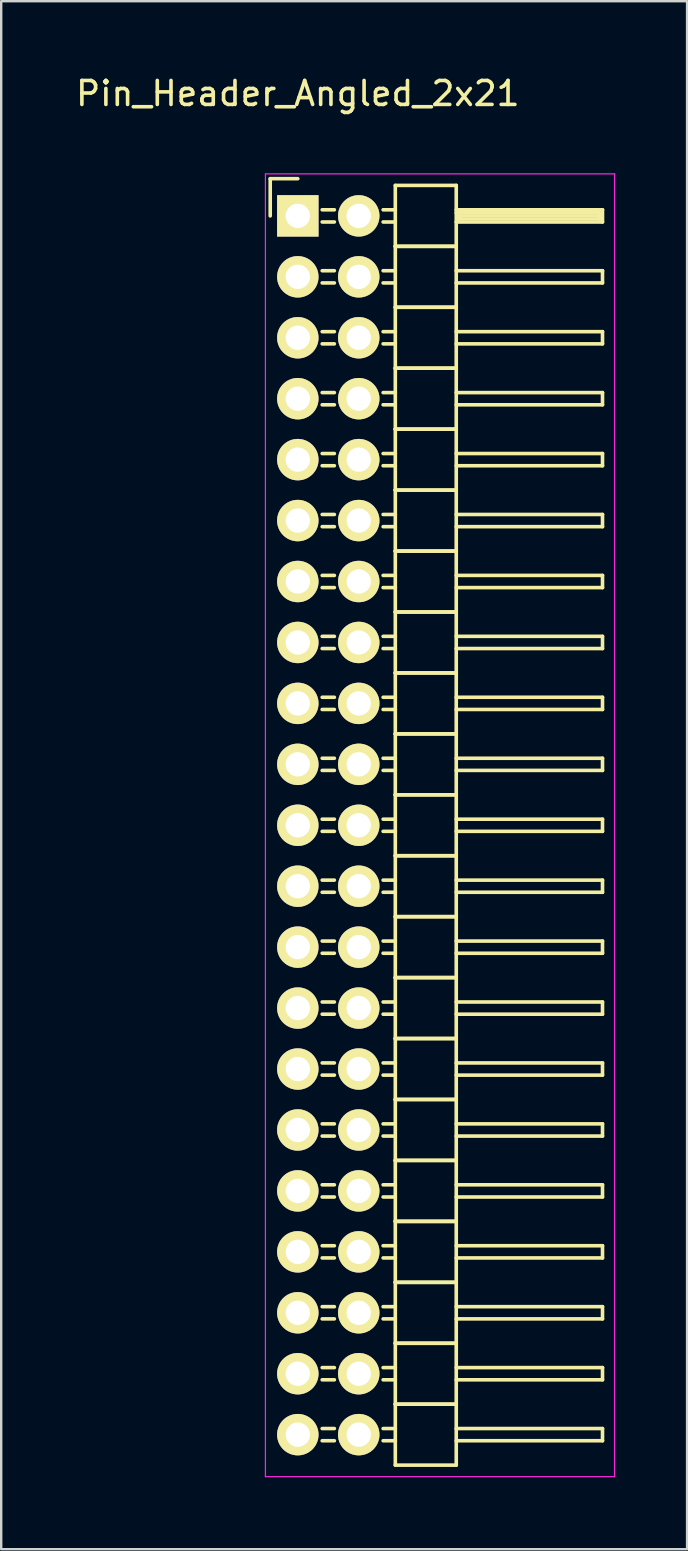
<source format=kicad_pcb>
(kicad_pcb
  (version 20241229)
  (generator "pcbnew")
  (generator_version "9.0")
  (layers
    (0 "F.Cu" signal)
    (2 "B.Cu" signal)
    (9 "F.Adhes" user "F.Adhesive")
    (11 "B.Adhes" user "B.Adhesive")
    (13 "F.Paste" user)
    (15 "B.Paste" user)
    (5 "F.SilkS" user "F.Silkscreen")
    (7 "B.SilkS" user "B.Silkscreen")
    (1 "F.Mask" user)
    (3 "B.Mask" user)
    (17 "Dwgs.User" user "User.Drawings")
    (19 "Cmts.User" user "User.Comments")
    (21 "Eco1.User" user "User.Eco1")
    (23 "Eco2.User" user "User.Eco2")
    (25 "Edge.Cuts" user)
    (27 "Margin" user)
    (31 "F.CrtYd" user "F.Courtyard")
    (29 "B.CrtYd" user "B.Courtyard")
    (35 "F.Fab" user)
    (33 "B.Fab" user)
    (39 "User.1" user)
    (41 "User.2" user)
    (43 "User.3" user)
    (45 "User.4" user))
  (footprint "Pin_Header_Angled_2x21"
    (layer "F.Cu")
    (at 9.363 5.948)
    (property "Reference" "Pin_Header_Angled_2x21" (at 0 -5.1 0) (layer "F.SilkS") (effects (font (size 1 1) (thickness 0.15))))
    (attr through_hole)
    (fp_line (start -1.15 -1.55) (end -1.15 0) (stroke (width 0.15) (type solid)) (layer "F.SilkS"))
    (fp_line (start 0 -1.55) (end -1.15 -1.55) (stroke (width 0.15) (type solid)) (layer "F.SilkS"))
    (fp_line (start 1.524 -0.254) (end 1.016 -0.254) (stroke (width 0.15) (type solid)) (layer "F.SilkS"))
    (fp_line (start 1.524 0.254) (end 1.016 0.254) (stroke (width 0.15) (type solid)) (layer "F.SilkS"))
    (fp_line (start 1.524 2.286) (end 1.016 2.286) (stroke (width 0.15) (type solid)) (layer "F.SilkS"))
    (fp_line (start 1.524 2.794) (end 1.016 2.794) (stroke (width 0.15) (type solid)) (layer "F.SilkS"))
    (fp_line (start 1.524 4.826) (end 1.016 4.826) (stroke (width 0.15) (type solid)) (layer "F.SilkS"))
    (fp_line (start 1.524 5.334) (end 1.016 5.334) (stroke (width 0.15) (type solid)) (layer "F.SilkS"))
    (fp_line (start 1.524 7.366) (end 1.016 7.366) (stroke (width 0.15) (type solid)) (layer "F.SilkS"))
    (fp_line (start 1.524 7.874) (end 1.016 7.874) (stroke (width 0.15) (type solid)) (layer "F.SilkS"))
    (fp_line (start 1.524 9.906) (end 1.016 9.906) (stroke (width 0.15) (type solid)) (layer "F.SilkS"))
    (fp_line (start 1.524 10.414) (end 1.016 10.414) (stroke (width 0.15) (type solid)) (layer "F.SilkS"))
    (fp_line (start 1.524 12.446) (end 1.016 12.446) (stroke (width 0.15) (type solid)) (layer "F.SilkS"))
    (fp_line (start 1.524 12.954) (end 1.016 12.954) (stroke (width 0.15) (type solid)) (layer "F.SilkS"))
    (fp_line (start 1.524 14.986) (end 1.016 14.986) (stroke (width 0.15) (type solid)) (layer "F.SilkS"))
    (fp_line (start 1.524 15.494) (end 1.016 15.494) (stroke (width 0.15) (type solid)) (layer "F.SilkS"))
    (fp_line (start 1.524 17.526) (end 1.016 17.526) (stroke (width 0.15) (type solid)) (layer "F.SilkS"))
    (fp_line (start 1.524 18.034) (end 1.016 18.034) (stroke (width 0.15) (type solid)) (layer "F.SilkS"))
    (fp_line (start 1.524 20.066) (end 1.016 20.066) (stroke (width 0.15) (type solid)) (layer "F.SilkS"))
    (fp_line (start 1.524 20.574) (end 1.016 20.574) (stroke (width 0.15) (type solid)) (layer "F.SilkS"))
    (fp_line (start 1.524 22.606) (end 1.016 22.606) (stroke (width 0.15) (type solid)) (layer "F.SilkS"))
    (fp_line (start 1.524 23.114) (end 1.016 23.114) (stroke (width 0.15) (type solid)) (layer "F.SilkS"))
    (fp_line (start 1.524 25.146) (end 1.016 25.146) (stroke (width 0.15) (type solid)) (layer "F.SilkS"))
    (fp_line (start 1.524 25.654) (end 1.016 25.654) (stroke (width 0.15) (type solid)) (layer "F.SilkS"))
    (fp_line (start 1.524 27.686) (end 1.016 27.686) (stroke (width 0.15) (type solid)) (layer "F.SilkS"))
    (fp_line (start 1.524 28.194) (end 1.016 28.194) (stroke (width 0.15) (type solid)) (layer "F.SilkS"))
    (fp_line (start 1.524 30.226) (end 1.016 30.226) (stroke (width 0.15) (type solid)) (layer "F.SilkS"))
    (fp_line (start 1.524 30.734) (end 1.016 30.734) (stroke (width 0.15) (type solid)) (layer "F.SilkS"))
    (fp_line (start 1.524 32.766) (end 1.016 32.766) (stroke (width 0.15) (type solid)) (layer "F.SilkS"))
    (fp_line (start 1.524 33.274) (end 1.016 33.274) (stroke (width 0.15) (type solid)) (layer "F.SilkS"))
    (fp_line (start 1.524 35.306) (end 1.016 35.306) (stroke (width 0.15) (type solid)) (layer "F.SilkS"))
    (fp_line (start 1.524 35.814) (end 1.016 35.814) (stroke (width 0.15) (type solid)) (layer "F.SilkS"))
    (fp_line (start 1.524 37.846) (end 1.016 37.846) (stroke (width 0.15) (type solid)) (layer "F.SilkS"))
    (fp_line (start 1.524 38.354) (end 1.016 38.354) (stroke (width 0.15) (type solid)) (layer "F.SilkS"))
    (fp_line (start 1.524 40.386) (end 1.016 40.386) (stroke (width 0.15) (type solid)) (layer "F.SilkS"))
    (fp_line (start 1.524 40.894) (end 1.016 40.894) (stroke (width 0.15) (type solid)) (layer "F.SilkS"))
    (fp_line (start 1.524 42.926) (end 1.016 42.926) (stroke (width 0.15) (type solid)) (layer "F.SilkS"))
    (fp_line (start 1.524 43.434) (end 1.016 43.434) (stroke (width 0.15) (type solid)) (layer "F.SilkS"))
    (fp_line (start 1.524 45.466) (end 1.016 45.466) (stroke (width 0.15) (type solid)) (layer "F.SilkS"))
    (fp_line (start 1.524 45.974) (end 1.016 45.974) (stroke (width 0.15) (type solid)) (layer "F.SilkS"))
    (fp_line (start 1.524 48.006) (end 1.016 48.006) (stroke (width 0.15) (type solid)) (layer "F.SilkS"))
    (fp_line (start 1.524 48.514) (end 1.016 48.514) (stroke (width 0.15) (type solid)) (layer "F.SilkS"))
    (fp_line (start 1.524 50.546) (end 1.016 50.546) (stroke (width 0.15) (type solid)) (layer "F.SilkS"))
    (fp_line (start 1.524 51.054) (end 1.016 51.054) (stroke (width 0.15) (type solid)) (layer "F.SilkS"))
    (fp_line (start 4.064 -1.27) (end 4.064 1.27) (stroke (width 0.15) (type solid)) (layer "F.SilkS"))
    (fp_line (start 4.064 -1.27) (end 6.604 -1.27) (stroke (width 0.15) (type solid)) (layer "F.SilkS"))
    (fp_line (start 4.064 -0.254) (end 3.556 -0.254) (stroke (width 0.15) (type solid)) (layer "F.SilkS"))
    (fp_line (start 4.064 0.254) (end 3.556 0.254) (stroke (width 0.15) (type solid)) (layer "F.SilkS"))
    (fp_line (start 4.064 1.27) (end 4.064 3.81) (stroke (width 0.15) (type solid)) (layer "F.SilkS"))
    (fp_line (start 4.064 1.27) (end 6.604 1.27) (stroke (width 0.15) (type solid)) (layer "F.SilkS"))
    (fp_line (start 4.064 1.27) (end 6.604 1.27) (stroke (width 0.15) (type solid)) (layer "F.SilkS"))
    (fp_line (start 4.064 2.286) (end 3.556 2.286) (stroke (width 0.15) (type solid)) (layer "F.SilkS"))
    (fp_line (start 4.064 2.794) (end 3.556 2.794) (stroke (width 0.15) (type solid)) (layer "F.SilkS"))
    (fp_line (start 4.064 3.81) (end 4.064 6.35) (stroke (width 0.15) (type solid)) (layer "F.SilkS"))
    (fp_line (start 4.064 3.81) (end 6.604 3.81) (stroke (width 0.15) (type solid)) (layer "F.SilkS"))
    (fp_line (start 4.064 3.81) (end 6.604 3.81) (stroke (width 0.15) (type solid)) (layer "F.SilkS"))
    (fp_line (start 4.064 4.826) (end 3.556 4.826) (stroke (width 0.15) (type solid)) (layer "F.SilkS"))
    (fp_line (start 4.064 5.334) (end 3.556 5.334) (stroke (width 0.15) (type solid)) (layer "F.SilkS"))
    (fp_line (start 4.064 6.35) (end 4.064 8.89) (stroke (width 0.15) (type solid)) (layer "F.SilkS"))
    (fp_line (start 4.064 6.35) (end 6.604 6.35) (stroke (width 0.15) (type solid)) (layer "F.SilkS"))
    (fp_line (start 4.064 6.35) (end 6.604 6.35) (stroke (width 0.15) (type solid)) (layer "F.SilkS"))
    (fp_line (start 4.064 7.366) (end 3.556 7.366) (stroke (width 0.15) (type solid)) (layer "F.SilkS"))
    (fp_line (start 4.064 7.874) (end 3.556 7.874) (stroke (width 0.15) (type solid)) (layer "F.SilkS"))
    (fp_line (start 4.064 8.89) (end 4.064 11.43) (stroke (width 0.15) (type solid)) (layer "F.SilkS"))
    (fp_line (start 4.064 8.89) (end 6.604 8.89) (stroke (width 0.15) (type solid)) (layer "F.SilkS"))
    (fp_line (start 4.064 8.89) (end 6.604 8.89) (stroke (width 0.15) (type solid)) (layer "F.SilkS"))
    (fp_line (start 4.064 9.906) (end 3.556 9.906) (stroke (width 0.15) (type solid)) (layer "F.SilkS"))
    (fp_line (start 4.064 10.414) (end 3.556 10.414) (stroke (width 0.15) (type solid)) (layer "F.SilkS"))
    (fp_line (start 4.064 11.43) (end 4.064 13.97) (stroke (width 0.15) (type solid)) (layer "F.SilkS"))
    (fp_line (start 4.064 11.43) (end 6.604 11.43) (stroke (width 0.15) (type solid)) (layer "F.SilkS"))
    (fp_line (start 4.064 11.43) (end 6.604 11.43) (stroke (width 0.15) (type solid)) (layer "F.SilkS"))
    (fp_line (start 4.064 12.446) (end 3.556 12.446) (stroke (width 0.15) (type solid)) (layer "F.SilkS"))
    (fp_line (start 4.064 12.954) (end 3.556 12.954) (stroke (width 0.15) (type solid)) (layer "F.SilkS"))
    (fp_line (start 4.064 13.97) (end 4.064 16.51) (stroke (width 0.15) (type solid)) (layer "F.SilkS"))
    (fp_line (start 4.064 13.97) (end 6.604 13.97) (stroke (width 0.15) (type solid)) (layer "F.SilkS"))
    (fp_line (start 4.064 13.97) (end 6.604 13.97) (stroke (width 0.15) (type solid)) (layer "F.SilkS"))
    (fp_line (start 4.064 14.986) (end 3.556 14.986) (stroke (width 0.15) (type solid)) (layer "F.SilkS"))
    (fp_line (start 4.064 15.494) (end 3.556 15.494) (stroke (width 0.15) (type solid)) (layer "F.SilkS"))
    (fp_line (start 4.064 16.51) (end 4.064 19.05) (stroke (width 0.15) (type solid)) (layer "F.SilkS"))
    (fp_line (start 4.064 16.51) (end 6.604 16.51) (stroke (width 0.15) (type solid)) (layer "F.SilkS"))
    (fp_line (start 4.064 16.51) (end 6.604 16.51) (stroke (width 0.15) (type solid)) (layer "F.SilkS"))
    (fp_line (start 4.064 17.526) (end 3.556 17.526) (stroke (width 0.15) (type solid)) (layer "F.SilkS"))
    (fp_line (start 4.064 18.034) (end 3.556 18.034) (stroke (width 0.15) (type solid)) (layer "F.SilkS"))
    (fp_line (start 4.064 19.05) (end 4.064 21.59) (stroke (width 0.15) (type solid)) (layer "F.SilkS"))
    (fp_line (start 4.064 19.05) (end 6.604 19.05) (stroke (width 0.15) (type solid)) (layer "F.SilkS"))
    (fp_line (start 4.064 19.05) (end 6.604 19.05) (stroke (width 0.15) (type solid)) (layer "F.SilkS"))
    (fp_line (start 4.064 20.066) (end 3.556 20.066) (stroke (width 0.15) (type solid)) (layer "F.SilkS"))
    (fp_line (start 4.064 20.574) (end 3.556 20.574) (stroke (width 0.15) (type solid)) (layer "F.SilkS"))
    (fp_line (start 4.064 21.59) (end 4.064 24.13) (stroke (width 0.15) (type solid)) (layer "F.SilkS"))
    (fp_line (start 4.064 21.59) (end 6.604 21.59) (stroke (width 0.15) (type solid)) (layer "F.SilkS"))
    (fp_line (start 4.064 21.59) (end 6.604 21.59) (stroke (width 0.15) (type solid)) (layer "F.SilkS"))
    (fp_line (start 4.064 22.606) (end 3.556 22.606) (stroke (width 0.15) (type solid)) (layer "F.SilkS"))
    (fp_line (start 4.064 23.114) (end 3.556 23.114) (stroke (width 0.15) (type solid)) (layer "F.SilkS"))
    (fp_line (start 4.064 24.13) (end 4.064 26.67) (stroke (width 0.15) (type solid)) (layer "F.SilkS"))
    (fp_line (start 4.064 24.13) (end 6.604 24.13) (stroke (width 0.15) (type solid)) (layer "F.SilkS"))
    (fp_line (start 4.064 24.13) (end 6.604 24.13) (stroke (width 0.15) (type solid)) (layer "F.SilkS"))
    (fp_line (start 4.064 25.146) (end 3.556 25.146) (stroke (width 0.15) (type solid)) (layer "F.SilkS"))
    (fp_line (start 4.064 25.654) (end 3.556 25.654) (stroke (width 0.15) (type solid)) (layer "F.SilkS"))
    (fp_line (start 4.064 26.67) (end 4.064 29.21) (stroke (width 0.15) (type solid)) (layer "F.SilkS"))
    (fp_line (start 4.064 26.67) (end 6.604 26.67) (stroke (width 0.15) (type solid)) (layer "F.SilkS"))
    (fp_line (start 4.064 26.67) (end 6.604 26.67) (stroke (width 0.15) (type solid)) (layer "F.SilkS"))
    (fp_line (start 4.064 27.686) (end 3.556 27.686) (stroke (width 0.15) (type solid)) (layer "F.SilkS"))
    (fp_line (start 4.064 28.194) (end 3.556 28.194) (stroke (width 0.15) (type solid)) (layer "F.SilkS"))
    (fp_line (start 4.064 29.21) (end 4.064 31.75) (stroke (width 0.15) (type solid)) (layer "F.SilkS"))
    (fp_line (start 4.064 29.21) (end 6.604 29.21) (stroke (width 0.15) (type solid)) (layer "F.SilkS"))
    (fp_line (start 4.064 29.21) (end 6.604 29.21) (stroke (width 0.15) (type solid)) (layer "F.SilkS"))
    (fp_line (start 4.064 30.226) (end 3.556 30.226) (stroke (width 0.15) (type solid)) (layer "F.SilkS"))
    (fp_line (start 4.064 30.734) (end 3.556 30.734) (stroke (width 0.15) (type solid)) (layer "F.SilkS"))
    (fp_line (start 4.064 31.75) (end 4.064 34.29) (stroke (width 0.15) (type solid)) (layer "F.SilkS"))
    (fp_line (start 4.064 31.75) (end 6.604 31.75) (stroke (width 0.15) (type solid)) (layer "F.SilkS"))
    (fp_line (start 4.064 31.75) (end 6.604 31.75) (stroke (width 0.15) (type solid)) (layer "F.SilkS"))
    (fp_line (start 4.064 32.766) (end 3.556 32.766) (stroke (width 0.15) (type solid)) (layer "F.SilkS"))
    (fp_line (start 4.064 33.274) (end 3.556 33.274) (stroke (width 0.15) (type solid)) (layer "F.SilkS"))
    (fp_line (start 4.064 34.29) (end 4.064 36.83) (stroke (width 0.15) (type solid)) (layer "F.SilkS"))
    (fp_line (start 4.064 34.29) (end 6.604 34.29) (stroke (width 0.15) (type solid)) (layer "F.SilkS"))
    (fp_line (start 4.064 34.29) (end 6.604 34.29) (stroke (width 0.15) (type solid)) (layer "F.SilkS"))
    (fp_line (start 4.064 35.306) (end 3.556 35.306) (stroke (width 0.15) (type solid)) (layer "F.SilkS"))
    (fp_line (start 4.064 35.814) (end 3.556 35.814) (stroke (width 0.15) (type solid)) (layer "F.SilkS"))
    (fp_line (start 4.064 36.83) (end 4.064 39.37) (stroke (width 0.15) (type solid)) (layer "F.SilkS"))
    (fp_line (start 4.064 36.83) (end 6.604 36.83) (stroke (width 0.15) (type solid)) (layer "F.SilkS"))
    (fp_line (start 4.064 36.83) (end 6.604 36.83) (stroke (width 0.15) (type solid)) (layer "F.SilkS"))
    (fp_line (start 4.064 37.846) (end 3.556 37.846) (stroke (width 0.15) (type solid)) (layer "F.SilkS"))
    (fp_line (start 4.064 38.354) (end 3.556 38.354) (stroke (width 0.15) (type solid)) (layer "F.SilkS"))
    (fp_line (start 4.064 39.37) (end 4.064 41.91) (stroke (width 0.15) (type solid)) (layer "F.SilkS"))
    (fp_line (start 4.064 39.37) (end 6.604 39.37) (stroke (width 0.15) (type solid)) (layer "F.SilkS"))
    (fp_line (start 4.064 39.37) (end 6.604 39.37) (stroke (width 0.15) (type solid)) (layer "F.SilkS"))
    (fp_line (start 4.064 40.386) (end 3.556 40.386) (stroke (width 0.15) (type solid)) (layer "F.SilkS"))
    (fp_line (start 4.064 40.894) (end 3.556 40.894) (stroke (width 0.15) (type solid)) (layer "F.SilkS"))
    (fp_line (start 4.064 41.91) (end 4.064 44.45) (stroke (width 0.15) (type solid)) (layer "F.SilkS"))
    (fp_line (start 4.064 41.91) (end 6.604 41.91) (stroke (width 0.15) (type solid)) (layer "F.SilkS"))
    (fp_line (start 4.064 41.91) (end 6.604 41.91) (stroke (width 0.15) (type solid)) (layer "F.SilkS"))
    (fp_line (start 4.064 42.926) (end 3.556 42.926) (stroke (width 0.15) (type solid)) (layer "F.SilkS"))
    (fp_line (start 4.064 43.434) (end 3.556 43.434) (stroke (width 0.15) (type solid)) (layer "F.SilkS"))
    (fp_line (start 4.064 44.45) (end 4.064 46.99) (stroke (width 0.15) (type solid)) (layer "F.SilkS"))
    (fp_line (start 4.064 44.45) (end 6.604 44.45) (stroke (width 0.15) (type solid)) (layer "F.SilkS"))
    (fp_line (start 4.064 44.45) (end 6.604 44.45) (stroke (width 0.15) (type solid)) (layer "F.SilkS"))
    (fp_line (start 4.064 45.466) (end 3.556 45.466) (stroke (width 0.15) (type solid)) (layer "F.SilkS"))
    (fp_line (start 4.064 45.974) (end 3.556 45.974) (stroke (width 0.15) (type solid)) (layer "F.SilkS"))
    (fp_line (start 4.064 46.99) (end 4.064 49.53) (stroke (width 0.15) (type solid)) (layer "F.SilkS"))
    (fp_line (start 4.064 46.99) (end 6.604 46.99) (stroke (width 0.15) (type solid)) (layer "F.SilkS"))
    (fp_line (start 4.064 46.99) (end 6.604 46.99) (stroke (width 0.15) (type solid)) (layer "F.SilkS"))
    (fp_line (start 4.064 48.006) (end 3.556 48.006) (stroke (width 0.15) (type solid)) (layer "F.SilkS"))
    (fp_line (start 4.064 48.514) (end 3.556 48.514) (stroke (width 0.15) (type solid)) (layer "F.SilkS"))
    (fp_line (start 4.064 49.53) (end 4.064 52.07) (stroke (width 0.15) (type solid)) (layer "F.SilkS"))
    (fp_line (start 4.064 49.53) (end 6.604 49.53) (stroke (width 0.15) (type solid)) (layer "F.SilkS"))
    (fp_line (start 4.064 49.53) (end 6.604 49.53) (stroke (width 0.15) (type solid)) (layer "F.SilkS"))
    (fp_line (start 4.064 50.546) (end 3.556 50.546) (stroke (width 0.15) (type solid)) (layer "F.SilkS"))
    (fp_line (start 4.064 51.054) (end 3.556 51.054) (stroke (width 0.15) (type solid)) (layer "F.SilkS"))
    (fp_line (start 4.064 52.07) (end 6.604 52.07) (stroke (width 0.15) (type solid)) (layer "F.SilkS"))
    (fp_line (start 6.604 -0.254) (end 12.7 -0.254) (stroke (width 0.15) (type solid)) (layer "F.SilkS"))
    (fp_line (start 6.604 -0.127) (end 12.573 -0.127) (stroke (width 0.15) (type solid)) (layer "F.SilkS"))
    (fp_line (start 6.604 1.27) (end 6.604 -1.27) (stroke (width 0.15) (type solid)) (layer "F.SilkS"))
    (fp_line (start 6.604 2.286) (end 12.7 2.286) (stroke (width 0.15) (type solid)) (layer "F.SilkS"))
    (fp_line (start 6.604 3.81) (end 6.604 1.27) (stroke (width 0.15) (type solid)) (layer "F.SilkS"))
    (fp_line (start 6.604 4.826) (end 12.7 4.826) (stroke (width 0.15) (type solid)) (layer "F.SilkS"))
    (fp_line (start 6.604 6.35) (end 6.604 3.81) (stroke (width 0.15) (type solid)) (layer "F.SilkS"))
    (fp_line (start 6.604 7.366) (end 12.7 7.366) (stroke (width 0.15) (type solid)) (layer "F.SilkS"))
    (fp_line (start 6.604 8.89) (end 6.604 6.35) (stroke (width 0.15) (type solid)) (layer "F.SilkS"))
    (fp_line (start 6.604 9.906) (end 12.7 9.906) (stroke (width 0.15) (type solid)) (layer "F.SilkS"))
    (fp_line (start 6.604 11.43) (end 6.604 8.89) (stroke (width 0.15) (type solid)) (layer "F.SilkS"))
    (fp_line (start 6.604 12.446) (end 12.7 12.446) (stroke (width 0.15) (type solid)) (layer "F.SilkS"))
    (fp_line (start 6.604 13.97) (end 6.604 11.43) (stroke (width 0.15) (type solid)) (layer "F.SilkS"))
    (fp_line (start 6.604 14.986) (end 12.7 14.986) (stroke (width 0.15) (type solid)) (layer "F.SilkS"))
    (fp_line (start 6.604 16.51) (end 6.604 13.97) (stroke (width 0.15) (type solid)) (layer "F.SilkS"))
    (fp_line (start 6.604 17.526) (end 12.7 17.526) (stroke (width 0.15) (type solid)) (layer "F.SilkS"))
    (fp_line (start 6.604 19.05) (end 6.604 16.51) (stroke (width 0.15) (type solid)) (layer "F.SilkS"))
    (fp_line (start 6.604 20.066) (end 12.7 20.066) (stroke (width 0.15) (type solid)) (layer "F.SilkS"))
    (fp_line (start 6.604 21.59) (end 6.604 19.05) (stroke (width 0.15) (type solid)) (layer "F.SilkS"))
    (fp_line (start 6.604 22.606) (end 12.7 22.606) (stroke (width 0.15) (type solid)) (layer "F.SilkS"))
    (fp_line (start 6.604 24.13) (end 6.604 21.59) (stroke (width 0.15) (type solid)) (layer "F.SilkS"))
    (fp_line (start 6.604 25.146) (end 12.7 25.146) (stroke (width 0.15) (type solid)) (layer "F.SilkS"))
    (fp_line (start 6.604 26.67) (end 6.604 24.13) (stroke (width 0.15) (type solid)) (layer "F.SilkS"))
    (fp_line (start 6.604 27.686) (end 12.7 27.686) (stroke (width 0.15) (type solid)) (layer "F.SilkS"))
    (fp_line (start 6.604 29.21) (end 6.604 26.67) (stroke (width 0.15) (type solid)) (layer "F.SilkS"))
    (fp_line (start 6.604 30.226) (end 12.7 30.226) (stroke (width 0.15) (type solid)) (layer "F.SilkS"))
    (fp_line (start 6.604 31.75) (end 6.604 29.21) (stroke (width 0.15) (type solid)) (layer "F.SilkS"))
    (fp_line (start 6.604 32.766) (end 12.7 32.766) (stroke (width 0.15) (type solid)) (layer "F.SilkS"))
    (fp_line (start 6.604 34.29) (end 6.604 31.75) (stroke (width 0.15) (type solid)) (layer "F.SilkS"))
    (fp_line (start 6.604 35.306) (end 12.7 35.306) (stroke (width 0.15) (type solid)) (layer "F.SilkS"))
    (fp_line (start 6.604 36.83) (end 6.604 34.29) (stroke (width 0.15) (type solid)) (layer "F.SilkS"))
    (fp_line (start 6.604 37.846) (end 12.7 37.846) (stroke (width 0.15) (type solid)) (layer "F.SilkS"))
    (fp_line (start 6.604 39.37) (end 6.604 36.83) (stroke (width 0.15) (type solid)) (layer "F.SilkS"))
    (fp_line (start 6.604 40.386) (end 12.7 40.386) (stroke (width 0.15) (type solid)) (layer "F.SilkS"))
    (fp_line (start 6.604 41.91) (end 6.604 39.37) (stroke (width 0.15) (type solid)) (layer "F.SilkS"))
    (fp_line (start 6.604 42.926) (end 12.7 42.926) (stroke (width 0.15) (type solid)) (layer "F.SilkS"))
    (fp_line (start 6.604 44.45) (end 6.604 41.91) (stroke (width 0.15) (type solid)) (layer "F.SilkS"))
    (fp_line (start 6.604 45.466) (end 12.7 45.466) (stroke (width 0.15) (type solid)) (layer "F.SilkS"))
    (fp_line (start 6.604 46.99) (end 6.604 44.45) (stroke (width 0.15) (type solid)) (layer "F.SilkS"))
    (fp_line (start 6.604 48.006) (end 12.7 48.006) (stroke (width 0.15) (type solid)) (layer "F.SilkS"))
    (fp_line (start 6.604 49.53) (end 6.604 46.99) (stroke (width 0.15) (type solid)) (layer "F.SilkS"))
    (fp_line (start 6.604 50.546) (end 12.7 50.546) (stroke (width 0.15) (type solid)) (layer "F.SilkS"))
    (fp_line (start 6.604 52.07) (end 6.604 49.53) (stroke (width 0.15) (type solid)) (layer "F.SilkS"))
    (fp_line (start 6.731 0) (end 12.573 0) (stroke (width 0.15) (type solid)) (layer "F.SilkS"))
    (fp_line (start 6.731 0.127) (end 6.731 0) (stroke (width 0.15) (type solid)) (layer "F.SilkS"))
    (fp_line (start 12.573 -0.127) (end 12.573 0.127) (stroke (width 0.15) (type solid)) (layer "F.SilkS"))
    (fp_line (start 12.573 0.127) (end 6.731 0.127) (stroke (width 0.15) (type solid)) (layer "F.SilkS"))
    (fp_line (start 12.7 -0.254) (end 12.7 0.254) (stroke (width 0.15) (type solid)) (layer "F.SilkS"))
    (fp_line (start 12.7 0.254) (end 6.604 0.254) (stroke (width 0.15) (type solid)) (layer "F.SilkS"))
    (fp_line (start 12.7 2.286) (end 12.7 2.794) (stroke (width 0.15) (type solid)) (layer "F.SilkS"))
    (fp_line (start 12.7 2.794) (end 6.604 2.794) (stroke (width 0.15) (type solid)) (layer "F.SilkS"))
    (fp_line (start 12.7 4.826) (end 12.7 5.334) (stroke (width 0.15) (type solid)) (layer "F.SilkS"))
    (fp_line (start 12.7 5.334) (end 6.604 5.334) (stroke (width 0.15) (type solid)) (layer "F.SilkS"))
    (fp_line (start 12.7 7.366) (end 12.7 7.874) (stroke (width 0.15) (type solid)) (layer "F.SilkS"))
    (fp_line (start 12.7 7.874) (end 6.604 7.874) (stroke (width 0.15) (type solid)) (layer "F.SilkS"))
    (fp_line (start 12.7 9.906) (end 12.7 10.414) (stroke (width 0.15) (type solid)) (layer "F.SilkS"))
    (fp_line (start 12.7 10.414) (end 6.604 10.414) (stroke (width 0.15) (type solid)) (layer "F.SilkS"))
    (fp_line (start 12.7 12.446) (end 12.7 12.954) (stroke (width 0.15) (type solid)) (layer "F.SilkS"))
    (fp_line (start 12.7 12.954) (end 6.604 12.954) (stroke (width 0.15) (type solid)) (layer "F.SilkS"))
    (fp_line (start 12.7 14.986) (end 12.7 15.494) (stroke (width 0.15) (type solid)) (layer "F.SilkS"))
    (fp_line (start 12.7 15.494) (end 6.604 15.494) (stroke (width 0.15) (type solid)) (layer "F.SilkS"))
    (fp_line (start 12.7 17.526) (end 12.7 18.034) (stroke (width 0.15) (type solid)) (layer "F.SilkS"))
    (fp_line (start 12.7 18.034) (end 6.604 18.034) (stroke (width 0.15) (type solid)) (layer "F.SilkS"))
    (fp_line (start 12.7 20.066) (end 12.7 20.574) (stroke (width 0.15) (type solid)) (layer "F.SilkS"))
    (fp_line (start 12.7 20.574) (end 6.604 20.574) (stroke (width 0.15) (type solid)) (layer "F.SilkS"))
    (fp_line (start 12.7 22.606) (end 12.7 23.114) (stroke (width 0.15) (type solid)) (layer "F.SilkS"))
    (fp_line (start 12.7 23.114) (end 6.604 23.114) (stroke (width 0.15) (type solid)) (layer "F.SilkS"))
    (fp_line (start 12.7 25.146) (end 12.7 25.654) (stroke (width 0.15) (type solid)) (layer "F.SilkS"))
    (fp_line (start 12.7 25.654) (end 6.604 25.654) (stroke (width 0.15) (type solid)) (layer "F.SilkS"))
    (fp_line (start 12.7 27.686) (end 12.7 28.194) (stroke (width 0.15) (type solid)) (layer "F.SilkS"))
    (fp_line (start 12.7 28.194) (end 6.604 28.194) (stroke (width 0.15) (type solid)) (layer "F.SilkS"))
    (fp_line (start 12.7 30.226) (end 12.7 30.734) (stroke (width 0.15) (type solid)) (layer "F.SilkS"))
    (fp_line (start 12.7 30.734) (end 6.604 30.734) (stroke (width 0.15) (type solid)) (layer "F.SilkS"))
    (fp_line (start 12.7 32.766) (end 12.7 33.274) (stroke (width 0.15) (type solid)) (layer "F.SilkS"))
    (fp_line (start 12.7 33.274) (end 6.604 33.274) (stroke (width 0.15) (type solid)) (layer "F.SilkS"))
    (fp_line (start 12.7 35.306) (end 12.7 35.814) (stroke (width 0.15) (type solid)) (layer "F.SilkS"))
    (fp_line (start 12.7 35.814) (end 6.604 35.814) (stroke (width 0.15) (type solid)) (layer "F.SilkS"))
    (fp_line (start 12.7 37.846) (end 12.7 38.354) (stroke (width 0.15) (type solid)) (layer "F.SilkS"))
    (fp_line (start 12.7 38.354) (end 6.604 38.354) (stroke (width 0.15) (type solid)) (layer "F.SilkS"))
    (fp_line (start 12.7 40.386) (end 12.7 40.894) (stroke (width 0.15) (type solid)) (layer "F.SilkS"))
    (fp_line (start 12.7 40.894) (end 6.604 40.894) (stroke (width 0.15) (type solid)) (layer "F.SilkS"))
    (fp_line (start 12.7 42.926) (end 12.7 43.434) (stroke (width 0.15) (type solid)) (layer "F.SilkS"))
    (fp_line (start 12.7 43.434) (end 6.604 43.434) (stroke (width 0.15) (type solid)) (layer "F.SilkS"))
    (fp_line (start 12.7 45.466) (end 12.7 45.974) (stroke (width 0.15) (type solid)) (layer "F.SilkS"))
    (fp_line (start 12.7 45.974) (end 6.604 45.974) (stroke (width 0.15) (type solid)) (layer "F.SilkS"))
    (fp_line (start 12.7 48.006) (end 12.7 48.514) (stroke (width 0.15) (type solid)) (layer "F.SilkS"))
    (fp_line (start 12.7 48.514) (end 6.604 48.514) (stroke (width 0.15) (type solid)) (layer "F.SilkS"))
    (fp_line (start 12.7 50.546) (end 12.7 51.054) (stroke (width 0.15) (type solid)) (layer "F.SilkS"))
    (fp_line (start 12.7 51.054) (end 6.604 51.054) (stroke (width 0.15) (type solid)) (layer "F.SilkS"))
    (fp_line (start -1.35 -1.75) (end -1.35 52.55) (stroke (width 0.05) (type solid)) (layer "F.CrtYd"))
    (fp_line (start -1.35 -1.75) (end 13.2 -1.75) (stroke (width 0.05) (type solid)) (layer "F.CrtYd"))
    (fp_line (start -1.35 52.55) (end 13.2 52.55) (stroke (width 0.05) (type solid)) (layer "F.CrtYd"))
    (fp_line (start 13.2 -1.75) (end 13.2 52.55) (stroke (width 0.05) (type solid)) (layer "F.CrtYd"))
    (pad "1" thru_hole rect (at 0 0) (size 1.727 1.727) (drill 1.016) (layers "*.Cu" "*.Mask" "F.SilkS"))
    (pad "2" thru_hole oval (at 2.54 0) (size 1.727 1.727) (drill 1.016) (layers "*.Cu" "*.Mask" "F.SilkS"))
    (pad "3" thru_hole oval (at 0 2.54) (size 1.727 1.727) (drill 1.016) (layers "*.Cu" "*.Mask" "F.SilkS"))
    (pad "4" thru_hole oval (at 2.54 2.54) (size 1.727 1.727) (drill 1.016) (layers "*.Cu" "*.Mask" "F.SilkS"))
    (pad "5" thru_hole oval (at 0 5.08) (size 1.727 1.727) (drill 1.016) (layers "*.Cu" "*.Mask" "F.SilkS"))
    (pad "6" thru_hole oval (at 2.54 5.08) (size 1.727 1.727) (drill 1.016) (layers "*.Cu" "*.Mask" "F.SilkS"))
    (pad "7" thru_hole oval (at 0 7.62) (size 1.727 1.727) (drill 1.016) (layers "*.Cu" "*.Mask" "F.SilkS"))
    (pad "8" thru_hole oval (at 2.54 7.62) (size 1.727 1.727) (drill 1.016) (layers "*.Cu" "*.Mask" "F.SilkS"))
    (pad "9" thru_hole oval (at 0 10.16) (size 1.727 1.727) (drill 1.016) (layers "*.Cu" "*.Mask" "F.SilkS"))
    (pad "10" thru_hole oval (at 2.54 10.16) (size 1.727 1.727) (drill 1.016) (layers "*.Cu" "*.Mask" "F.SilkS"))
    (pad "11" thru_hole oval (at 0 12.7) (size 1.727 1.727) (drill 1.016) (layers "*.Cu" "*.Mask" "F.SilkS"))
    (pad "12" thru_hole oval (at 2.54 12.7) (size 1.727 1.727) (drill 1.016) (layers "*.Cu" "*.Mask" "F.SilkS"))
    (pad "13" thru_hole oval (at 0 15.24) (size 1.727 1.727) (drill 1.016) (layers "*.Cu" "*.Mask" "F.SilkS"))
    (pad "14" thru_hole oval (at 2.54 15.24) (size 1.727 1.727) (drill 1.016) (layers "*.Cu" "*.Mask" "F.SilkS"))
    (pad "15" thru_hole oval (at 0 17.78) (size 1.727 1.727) (drill 1.016) (layers "*.Cu" "*.Mask" "F.SilkS"))
    (pad "16" thru_hole oval (at 2.54 17.78) (size 1.727 1.727) (drill 1.016) (layers "*.Cu" "*.Mask" "F.SilkS"))
    (pad "17" thru_hole oval (at 0 20.32) (size 1.727 1.727) (drill 1.016) (layers "*.Cu" "*.Mask" "F.SilkS"))
    (pad "18" thru_hole oval (at 2.54 20.32) (size 1.727 1.727) (drill 1.016) (layers "*.Cu" "*.Mask" "F.SilkS"))
    (pad "19" thru_hole oval (at 0 22.86) (size 1.727 1.727) (drill 1.016) (layers "*.Cu" "*.Mask" "F.SilkS"))
    (pad "20" thru_hole oval (at 2.54 22.86) (size 1.727 1.727) (drill 1.016) (layers "*.Cu" "*.Mask" "F.SilkS"))
    (pad "21" thru_hole oval (at 0 25.4) (size 1.727 1.727) (drill 1.016) (layers "*.Cu" "*.Mask" "F.SilkS"))
    (pad "22" thru_hole oval (at 2.54 25.4) (size 1.727 1.727) (drill 1.016) (layers "*.Cu" "*.Mask" "F.SilkS"))
    (pad "23" thru_hole oval (at 0 27.94) (size 1.727 1.727) (drill 1.016) (layers "*.Cu" "*.Mask" "F.SilkS"))
    (pad "24" thru_hole oval (at 2.54 27.94) (size 1.727 1.727) (drill 1.016) (layers "*.Cu" "*.Mask" "F.SilkS"))
    (pad "25" thru_hole oval (at 0 30.48) (size 1.727 1.727) (drill 1.016) (layers "*.Cu" "*.Mask" "F.SilkS"))
    (pad "26" thru_hole oval (at 2.54 30.48) (size 1.727 1.727) (drill 1.016) (layers "*.Cu" "*.Mask" "F.SilkS"))
    (pad "27" thru_hole oval (at 0 33.02) (size 1.727 1.727) (drill 1.016) (layers "*.Cu" "*.Mask" "F.SilkS"))
    (pad "28" thru_hole oval (at 2.54 33.02) (size 1.727 1.727) (drill 1.016) (layers "*.Cu" "*.Mask" "F.SilkS"))
    (pad "29" thru_hole oval (at 0 35.56) (size 1.727 1.727) (drill 1.016) (layers "*.Cu" "*.Mask" "F.SilkS"))
    (pad "30" thru_hole oval (at 2.54 35.56) (size 1.727 1.727) (drill 1.016) (layers "*.Cu" "*.Mask" "F.SilkS"))
    (pad "31" thru_hole oval (at 0 38.1) (size 1.727 1.727) (drill 1.016) (layers "*.Cu" "*.Mask" "F.SilkS"))
    (pad "32" thru_hole oval (at 2.54 38.1) (size 1.727 1.727) (drill 1.016) (layers "*.Cu" "*.Mask" "F.SilkS"))
    (pad "33" thru_hole oval (at 0 40.64) (size 1.727 1.727) (drill 1.016) (layers "*.Cu" "*.Mask" "F.SilkS"))
    (pad "34" thru_hole oval (at 2.54 40.64) (size 1.727 1.727) (drill 1.016) (layers "*.Cu" "*.Mask" "F.SilkS"))
    (pad "35" thru_hole oval (at 0 43.18) (size 1.727 1.727) (drill 1.016) (layers "*.Cu" "*.Mask" "F.SilkS"))
    (pad "36" thru_hole oval (at 2.54 43.18) (size 1.727 1.727) (drill 1.016) (layers "*.Cu" "*.Mask" "F.SilkS"))
    (pad "37" thru_hole oval (at 0 45.72) (size 1.727 1.727) (drill 1.016) (layers "*.Cu" "*.Mask" "F.SilkS"))
    (pad "38" thru_hole oval (at 2.54 45.72) (size 1.727 1.727) (drill 1.016) (layers "*.Cu" "*.Mask" "F.SilkS"))
    (pad "39" thru_hole oval (at 0 48.26) (size 1.727 1.727) (drill 1.016) (layers "*.Cu" "*.Mask" "F.SilkS"))
    (pad "40" thru_hole oval (at 2.54 48.26) (size 1.727 1.727) (drill 1.016) (layers "*.Cu" "*.Mask" "F.SilkS"))
    (pad "41" thru_hole oval (at 0 50.8) (size 1.727 1.727) (drill 1.016) (layers "*.Cu" "*.Mask" "F.SilkS"))
    (pad "42" thru_hole oval (at 2.54 50.8) (size 1.727 1.727) (drill 1.016) (layers "*.Cu" "*.Mask" "F.SilkS")))
  (gr_rect
    (start -3 -3)
    (end 25.588 61.523)
    (stroke (width 0.1) (type default))
    (fill no)
    (layer "Edge.Cuts")))
</source>
